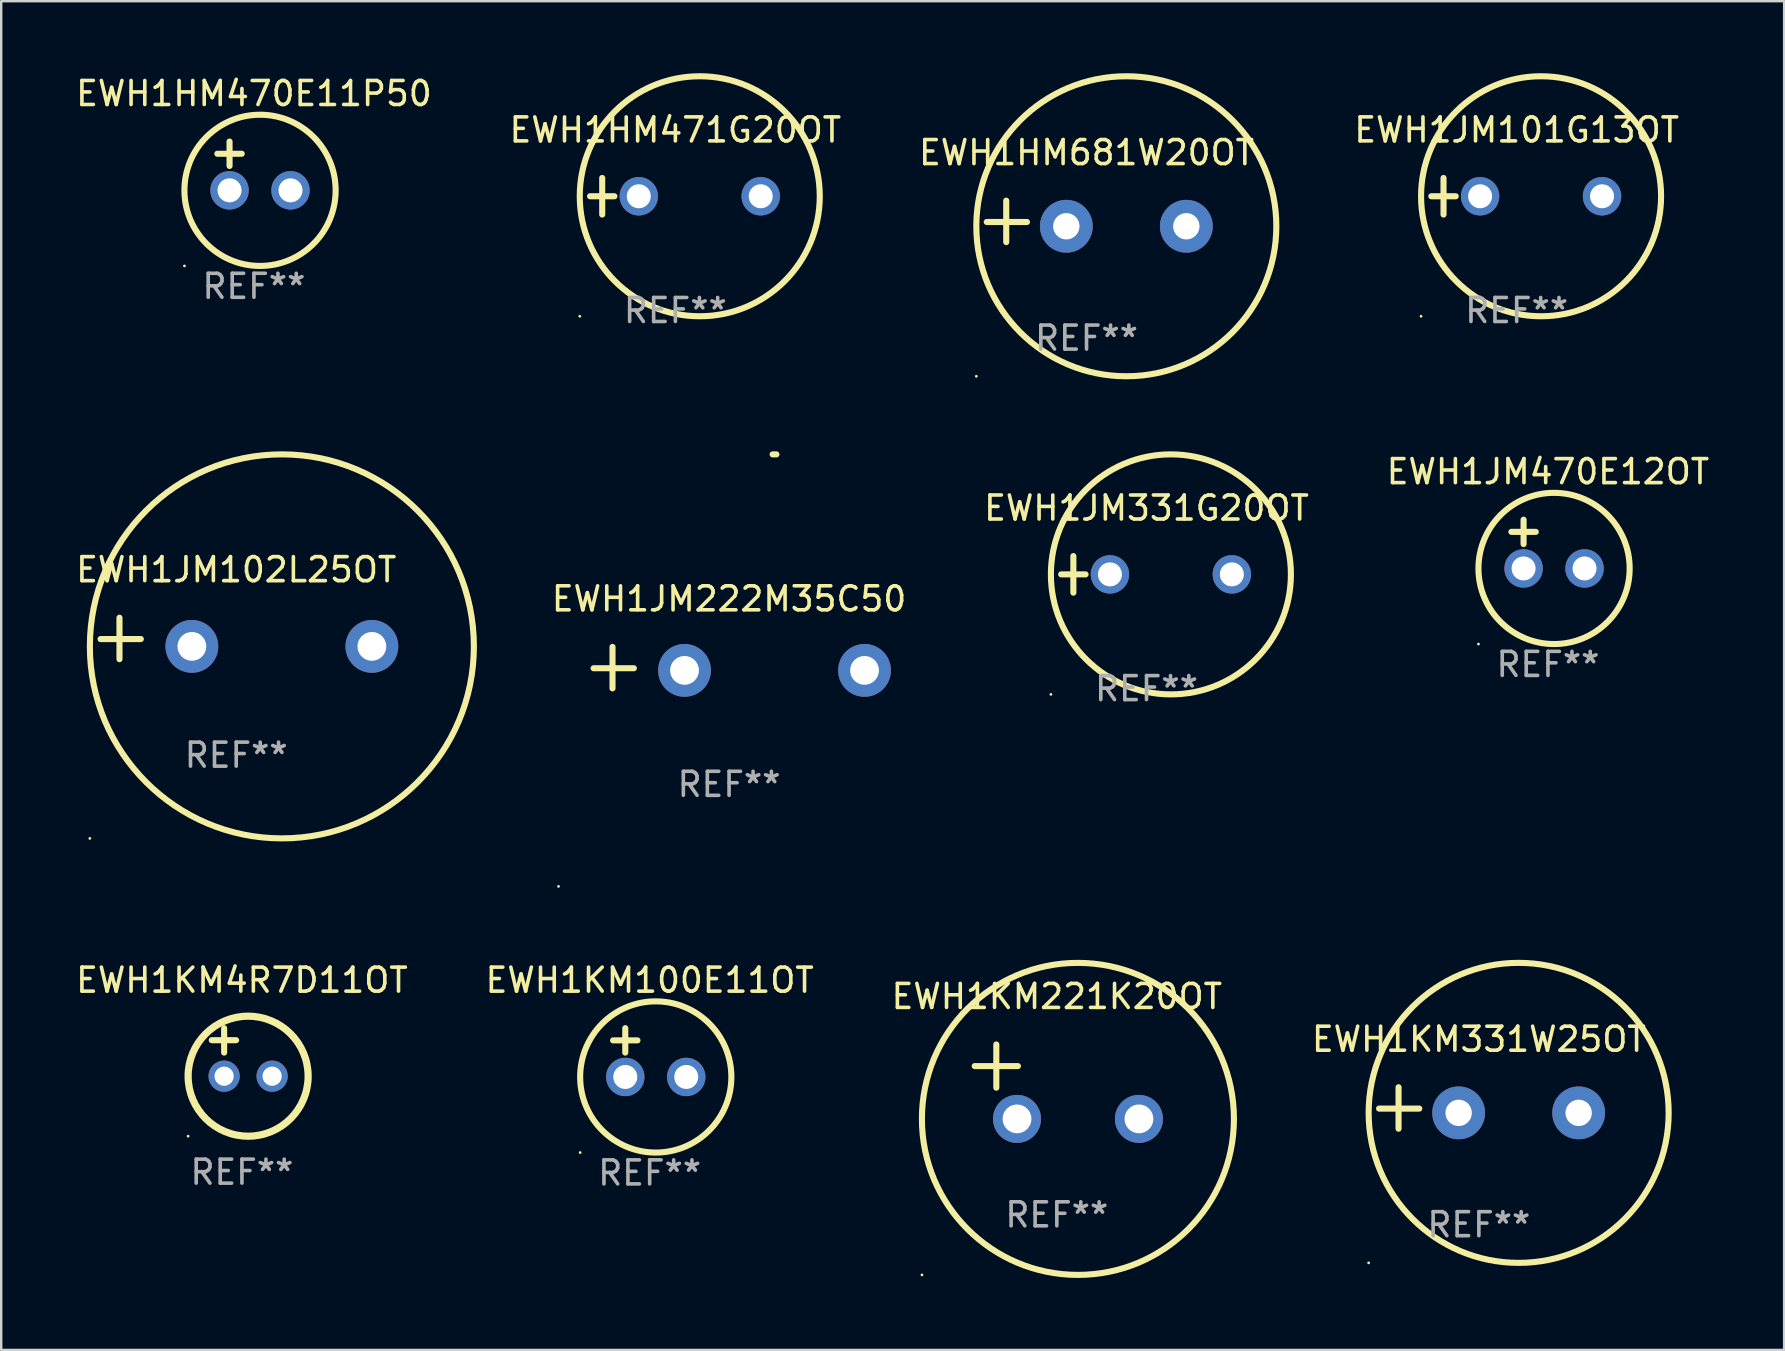
<source format=kicad_pcb>
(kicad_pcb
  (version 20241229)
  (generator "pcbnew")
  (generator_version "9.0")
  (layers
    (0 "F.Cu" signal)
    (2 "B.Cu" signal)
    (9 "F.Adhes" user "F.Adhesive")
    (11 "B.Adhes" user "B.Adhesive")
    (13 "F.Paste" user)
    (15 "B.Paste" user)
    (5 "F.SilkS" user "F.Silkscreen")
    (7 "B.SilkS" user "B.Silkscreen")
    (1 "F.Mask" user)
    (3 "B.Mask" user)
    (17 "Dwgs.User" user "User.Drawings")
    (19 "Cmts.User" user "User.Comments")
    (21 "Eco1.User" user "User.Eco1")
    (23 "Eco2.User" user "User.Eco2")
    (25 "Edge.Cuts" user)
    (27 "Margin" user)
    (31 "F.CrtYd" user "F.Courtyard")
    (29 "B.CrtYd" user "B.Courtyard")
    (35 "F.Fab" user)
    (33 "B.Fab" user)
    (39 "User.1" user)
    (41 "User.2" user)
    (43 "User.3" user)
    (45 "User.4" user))
  (footprint "EWH1HM681W20OT"
    (layer "F.Cu")
    (at 42.22 6.174)
    (property "Reference" "EWH1HM681W20OT" (at 0 -2.864 0) (layer "F.SilkS") (effects (font (size 1 1) (thickness 0.15))))
    (attr through_hole)
    (fp_line (start -3.346 0.864) (end -3.346 -0.864) (stroke (width 0.254) (type solid)) (layer "F.SilkS"))
    (fp_line (start -2.482 0.025) (end -4.158 0.025) (stroke (width 0.254) (type solid)) (layer "F.SilkS"))
    (fp_circle (center -4.592 6.453) (end -4.562 6.453) (stroke (width 0.06) (type solid)) (fill no) (layer "F.SilkS"))
    (fp_circle (center 1.658 0.203) (end 7.908 0.203) (stroke (width 0.254) (type solid)) (fill no) (layer "F.SilkS"))
    (fp_text user "REF**" (at 0 4.864 0) (layer "F.Fab") (effects (font (size 1 1) (thickness 0.15))))
    (pad "1" thru_hole circle (at -0.842 0.203) (size 2.2 2.2) (drill 1.1) (layers "*.Cu" "*.Mask"))
    (pad "2" thru_hole circle (at 4.158 0.203) (size 2.2 2.2) (drill 1.1) (layers "*.Cu" "*.Mask")))
  (footprint "EWH1JM101G13OT"
    (layer "F.Cu")
    (at 60.142 5.127)
    (property "Reference" "EWH1JM101G13OT" (at 0 -2.762 0) (layer "F.SilkS") (effects (font (size 1 1) (thickness 0.15))))
    (attr through_hole)
    (fp_line (start -3.556 0) (end -2.54 0) (stroke (width 0.254) (type solid)) (layer "F.SilkS"))
    (fp_line (start -3.048 -0.762) (end -3.048 0.762) (stroke (width 0.254) (type solid)) (layer "F.SilkS"))
    (fp_circle (center -3.984 5) (end -3.954 5) (stroke (width 0.06) (type solid)) (fill no) (layer "F.SilkS"))
    (fp_circle (center 1.016 0) (end 6.016 0) (stroke (width 0.254) (type solid)) (fill no) (layer "F.SilkS"))
    (fp_text user "REF**" (at 0 4.762 0) (layer "F.Fab") (effects (font (size 1 1) (thickness 0.15))))
    (pad "1" thru_hole circle (at -1.524 0) (size 1.6 1.6) (drill 1) (layers "*.Cu" "*.Mask"))
    (pad "2" thru_hole circle (at 3.556 0) (size 1.6 1.6) (drill 1) (layers "*.Cu" "*.Mask")))
  (footprint "EWH1KM221K20OT"
    (layer "F.Cu")
    (at 40.982 42.018)
    (property "Reference" "EWH1KM221K20OT" (at 0 -3.55 0) (layer "F.SilkS") (effects (font (size 1 1) (thickness 0.15))))
    (attr through_hole)
    (fp_line (start -3.421 -0.65) (end -1.621 -0.65) (stroke (width 0.254) (type solid)) (layer "F.SilkS"))
    (fp_line (start -2.521 -1.55) (end -2.521 0.25) (stroke (width 0.254) (type solid)) (layer "F.SilkS"))
    (fp_circle (center -5.619 8.05) (end -5.589 8.05) (stroke (width 0.06) (type solid)) (fill no) (layer "F.SilkS"))
    (fp_circle (center 0.879 1.55) (end 7.379 1.55) (stroke (width 0.254) (type solid)) (fill no) (layer "F.SilkS"))
    (fp_text user "REF**" (at 0 5.55 0) (layer "F.Fab") (effects (font (size 1 1) (thickness 0.15))))
    (pad "1" thru_hole circle (at -1.659 1.55) (size 2 2) (drill 1.2) (layers "*.Cu" "*.Mask"))
    (pad "2" thru_hole circle (at 3.421 1.55) (size 2 2) (drill 1.2) (layers "*.Cu" "*.Mask")))
  (footprint "EWH1KM100E11OT"
    (layer "F.Cu")
    (at 24.018 40.805)
    (property "Reference" "EWH1KM100E11OT" (at 0 -3.016 0) (layer "F.SilkS") (effects (font (size 1 1) (thickness 0.15))))
    (attr through_hole)
    (fp_line (start -1.524 -0.508) (end -0.508 -0.508) (stroke (width 0.254) (type solid)) (layer "F.SilkS"))
    (fp_line (start -1.016 -1.016) (end -1.016 0) (stroke (width 0.254) (type solid)) (layer "F.SilkS"))
    (fp_circle (center -2.896 4.166) (end -2.866 4.166) (stroke (width 0.06) (type solid)) (fill no) (layer "F.SilkS"))
    (fp_circle (center 0.254 1.016) (end 3.404 1.016) (stroke (width 0.254) (type solid)) (fill no) (layer "F.SilkS"))
    (fp_text user "REF**" (at 0 5.016 0) (layer "F.Fab") (effects (font (size 1 1) (thickness 0.15))))
    (pad "1" thru_hole circle (at -1.016 1.016) (size 1.6 1.6) (drill 1) (layers "*.Cu" "*.Mask"))
    (pad "2" thru_hole circle (at 1.524 1.016) (size 1.6 1.6) (drill 1) (layers "*.Cu" "*.Mask")))
  (footprint "EWH1JM222M35C50"
    (layer "F.Cu")
    (at 27.326 24.767)
    (property "Reference" "EWH1JM222M35C50" (at 0 -2.864 0) (layer "F.SilkS") (effects (font (size 1 1) (thickness 0.15))))
    (attr through_hole)
    (fp_line (start -4.856 0.864) (end -4.856 -0.864) (stroke (width 0.254) (type solid)) (layer "F.SilkS"))
    (fp_line (start -3.967 0.025) (end -5.644 0.025) (stroke (width 0.254) (type solid)) (layer "F.SilkS"))
    (fp_arc (start 1.815024 -8.885649) (mid 1.893764 -8.88599) (end 1.972504 -8.885649) (stroke (width 0.254001) (type solid)) (layer "F.SilkS"))
    (fp_circle (center -7.106 9.114) (end -7.076 9.114) (stroke (width 0.06) (type solid)) (fill no) (layer "F.SilkS"))
    (fp_text user "REF**" (at 0 4.864 0) (layer "F.Fab") (effects (font (size 1 1) (thickness 0.15))))
    (pad "1" thru_hole circle (at -1.856 0.114) (size 2.2 2.2) (drill 1.2) (layers "*.Cu" "*.Mask"))
    (pad "2" thru_hole circle (at 5.644 0.114) (size 2.2 2.2) (drill 1.2) (layers "*.Cu" "*.Mask")))
  (footprint "EWH1KM4R7D11OT"
    (layer "F.Cu")
    (at 7.03 40.789)
    (property "Reference" "EWH1KM4R7D11OT" (at 0 -3 0) (layer "F.SilkS") (effects (font (size 1 1) (thickness 0.15))))
    (attr through_hole)
    (fp_line (start -1.258 -0.5) (end -0.242 -0.5) (stroke (width 0.254) (type solid)) (layer "F.SilkS"))
    (fp_line (start -0.742 -1) (end -0.742 0.016) (stroke (width 0.254) (type solid)) (layer "F.SilkS"))
    (fp_circle (center -2.242 3.5) (end -2.212 3.5) (stroke (width 0.06) (type solid)) (fill no) (layer "F.SilkS"))
    (fp_circle (center 0.258 1) (end 2.758 1) (stroke (width 0.3) (type solid)) (fill no) (layer "F.SilkS"))
    (fp_text user "REF**" (at 0 5 0) (layer "F.Fab") (effects (font (size 1 1) (thickness 0.15))))
    (pad "1" thru_hole circle (at -0.742 1) (size 1.3 1.3) (drill 0.8) (layers "*.Cu" "*.Mask"))
    (pad "2" thru_hole circle (at 1.258 1) (size 1.3 1.3) (drill 0.8) (layers "*.Cu" "*.Mask")))
  (footprint "EWH1KM331W25OT"
    (layer "F.Cu")
    (at 58.566 43.114)
    (property "Reference" "EWH1KM331W25OT" (at 0 -2.864 0) (layer "F.SilkS") (effects (font (size 1 1) (thickness 0.15))))
    (attr through_hole)
    (fp_line (start -3.346 0.864) (end -3.346 -0.864) (stroke (width 0.254) (type solid)) (layer "F.SilkS"))
    (fp_line (start -2.482 0.025) (end -4.158 0.025) (stroke (width 0.254) (type solid)) (layer "F.SilkS"))
    (fp_circle (center -4.592 6.453) (end -4.562 6.453) (stroke (width 0.06) (type solid)) (fill no) (layer "F.SilkS"))
    (fp_circle (center 1.658 0.203) (end 7.908 0.203) (stroke (width 0.254) (type solid)) (fill no) (layer "F.SilkS"))
    (fp_text user "REF**" (at 0 4.864 0) (layer "F.Fab") (effects (font (size 1 1) (thickness 0.15))))
    (pad "1" thru_hole circle (at -0.842 0.203) (size 2.2 2.2) (drill 1.1) (layers "*.Cu" "*.Mask"))
    (pad "2" thru_hole circle (at 4.158 0.203) (size 2.2 2.2) (drill 1.1) (layers "*.Cu" "*.Mask")))
  (footprint "EWH1JM331G20OT"
    (layer "F.Cu")
    (at 44.719 20.881)
    (property "Reference" "EWH1JM331G20OT" (at 0 -2.762 0) (layer "F.SilkS") (effects (font (size 1 1) (thickness 0.15))))
    (attr through_hole)
    (fp_line (start -3.556 0) (end -2.54 0) (stroke (width 0.254) (type solid)) (layer "F.SilkS"))
    (fp_line (start -3.048 -0.762) (end -3.048 0.762) (stroke (width 0.254) (type solid)) (layer "F.SilkS"))
    (fp_circle (center -3.984 5) (end -3.954 5) (stroke (width 0.06) (type solid)) (fill no) (layer "F.SilkS"))
    (fp_circle (center 1.016 0) (end 6.016 0) (stroke (width 0.254) (type solid)) (fill no) (layer "F.SilkS"))
    (fp_text user "REF**" (at 0 4.762 0) (layer "F.Fab") (effects (font (size 1 1) (thickness 0.15))))
    (pad "1" thru_hole circle (at -1.524 0) (size 1.6 1.6) (drill 1) (layers "*.Cu" "*.Mask"))
    (pad "2" thru_hole circle (at 3.556 0) (size 1.6 1.6) (drill 1) (layers "*.Cu" "*.Mask")))
  (footprint "EWH1HM470E11P50"
    (layer "F.Cu")
    (at 7.53 3.864)
    (property "Reference" "EWH1HM470E11P50" (at 0 -3.016 0) (layer "F.SilkS") (effects (font (size 1 1) (thickness 0.15))))
    (attr through_hole)
    (fp_line (start -1.524 -0.508) (end -0.508 -0.508) (stroke (width 0.254) (type solid)) (layer "F.SilkS"))
    (fp_line (start -1.016 -1.016) (end -1.016 0) (stroke (width 0.254) (type solid)) (layer "F.SilkS"))
    (fp_circle (center -2.896 4.166) (end -2.866 4.166) (stroke (width 0.06) (type solid)) (fill no) (layer "F.SilkS"))
    (fp_circle (center 0.254 1.016) (end 3.404 1.016) (stroke (width 0.254) (type solid)) (fill no) (layer "F.SilkS"))
    (fp_text user "REF**" (at 0 5.016 0) (layer "F.Fab") (effects (font (size 1 1) (thickness 0.15))))
    (pad "1" thru_hole circle (at -1.016 1.016) (size 1.6 1.6) (drill 1) (layers "*.Cu" "*.Mask"))
    (pad "2" thru_hole circle (at 1.524 1.016) (size 1.6 1.6) (drill 1) (layers "*.Cu" "*.Mask")))
  (footprint "EWH1HM471G20OT"
    (layer "F.Cu")
    (at 25.089 5.127)
    (property "Reference" "EWH1HM471G20OT" (at 0 -2.762 0) (layer "F.SilkS") (effects (font (size 1 1) (thickness 0.15))))
    (attr through_hole)
    (fp_line (start -3.556 0) (end -2.54 0) (stroke (width 0.254) (type solid)) (layer "F.SilkS"))
    (fp_line (start -3.048 -0.762) (end -3.048 0.762) (stroke (width 0.254) (type solid)) (layer "F.SilkS"))
    (fp_circle (center -3.984 5) (end -3.954 5) (stroke (width 0.06) (type solid)) (fill no) (layer "F.SilkS"))
    (fp_circle (center 1.016 0) (end 6.016 0) (stroke (width 0.254) (type solid)) (fill no) (layer "F.SilkS"))
    (fp_text user "REF**" (at 0 4.762 0) (layer "F.Fab") (effects (font (size 1 1) (thickness 0.15))))
    (pad "1" thru_hole circle (at -1.524 0) (size 1.6 1.6) (drill 1) (layers "*.Cu" "*.Mask"))
    (pad "2" thru_hole circle (at 3.556 0) (size 1.6 1.6) (drill 1) (layers "*.Cu" "*.Mask")))
  (footprint "EWH1JM102L25OT"
    (layer "F.Cu")
    (at 6.792 23.551)
    (property "Reference" "EWH1JM102L25OT" (at 0 -2.864 0) (layer "F.SilkS") (effects (font (size 1 1) (thickness 0.15))))
    (attr through_hole)
    (fp_line (start -4.864 0.864) (end -4.864 -0.864) (stroke (width 0.254) (type solid)) (layer "F.SilkS"))
    (fp_line (start -3.975 0.025) (end -5.652 0.025) (stroke (width 0.254) (type solid)) (layer "F.SilkS"))
    (fp_circle (center -6.098 8.33) (end -6.068 8.33) (stroke (width 0.06) (type solid)) (fill no) (layer "F.SilkS"))
    (fp_circle (center 1.902 0.33) (end 9.902 0.33) (stroke (width 0.254) (type solid)) (fill no) (layer "F.SilkS"))
    (fp_text user "REF**" (at 0 4.864 0) (layer "F.Fab") (effects (font (size 1 1) (thickness 0.15))))
    (pad "1" thru_hole circle (at -1.848 0.33) (size 2.2 2.2) (drill 1.2) (layers "*.Cu" "*.Mask"))
    (pad "2" thru_hole circle (at 5.652 0.33) (size 2.2 2.2) (drill 1.2) (layers "*.Cu" "*.Mask")))
  (footprint "EWH1JM470E12OT"
    (layer "F.Cu")
    (at 61.445 19.618)
    (property "Reference" "EWH1JM470E12OT" (at 0 -3.016 0) (layer "F.SilkS") (effects (font (size 1 1) (thickness 0.15))))
    (attr through_hole)
    (fp_line (start -1.524 -0.508) (end -0.508 -0.508) (stroke (width 0.254) (type solid)) (layer "F.SilkS"))
    (fp_line (start -1.016 -1.016) (end -1.016 0) (stroke (width 0.254) (type solid)) (layer "F.SilkS"))
    (fp_circle (center -2.896 4.166) (end -2.866 4.166) (stroke (width 0.06) (type solid)) (fill no) (layer "F.SilkS"))
    (fp_circle (center 0.254 1.016) (end 3.404 1.016) (stroke (width 0.254) (type solid)) (fill no) (layer "F.SilkS"))
    (fp_text user "REF**" (at 0 5.016 0) (layer "F.Fab") (effects (font (size 1 1) (thickness 0.15))))
    (pad "1" thru_hole circle (at -1.016 1.016) (size 1.6 1.6) (drill 1) (layers "*.Cu" "*.Mask"))
    (pad "2" thru_hole circle (at 1.524 1.016) (size 1.6 1.6) (drill 1) (layers "*.Cu" "*.Mask")))
  (gr_rect
    (start -3 -3)
    (end 71.285 53.195)
    (stroke (width 0.1) (type default))
    (fill no)
    (layer "Edge.Cuts")))
</source>
